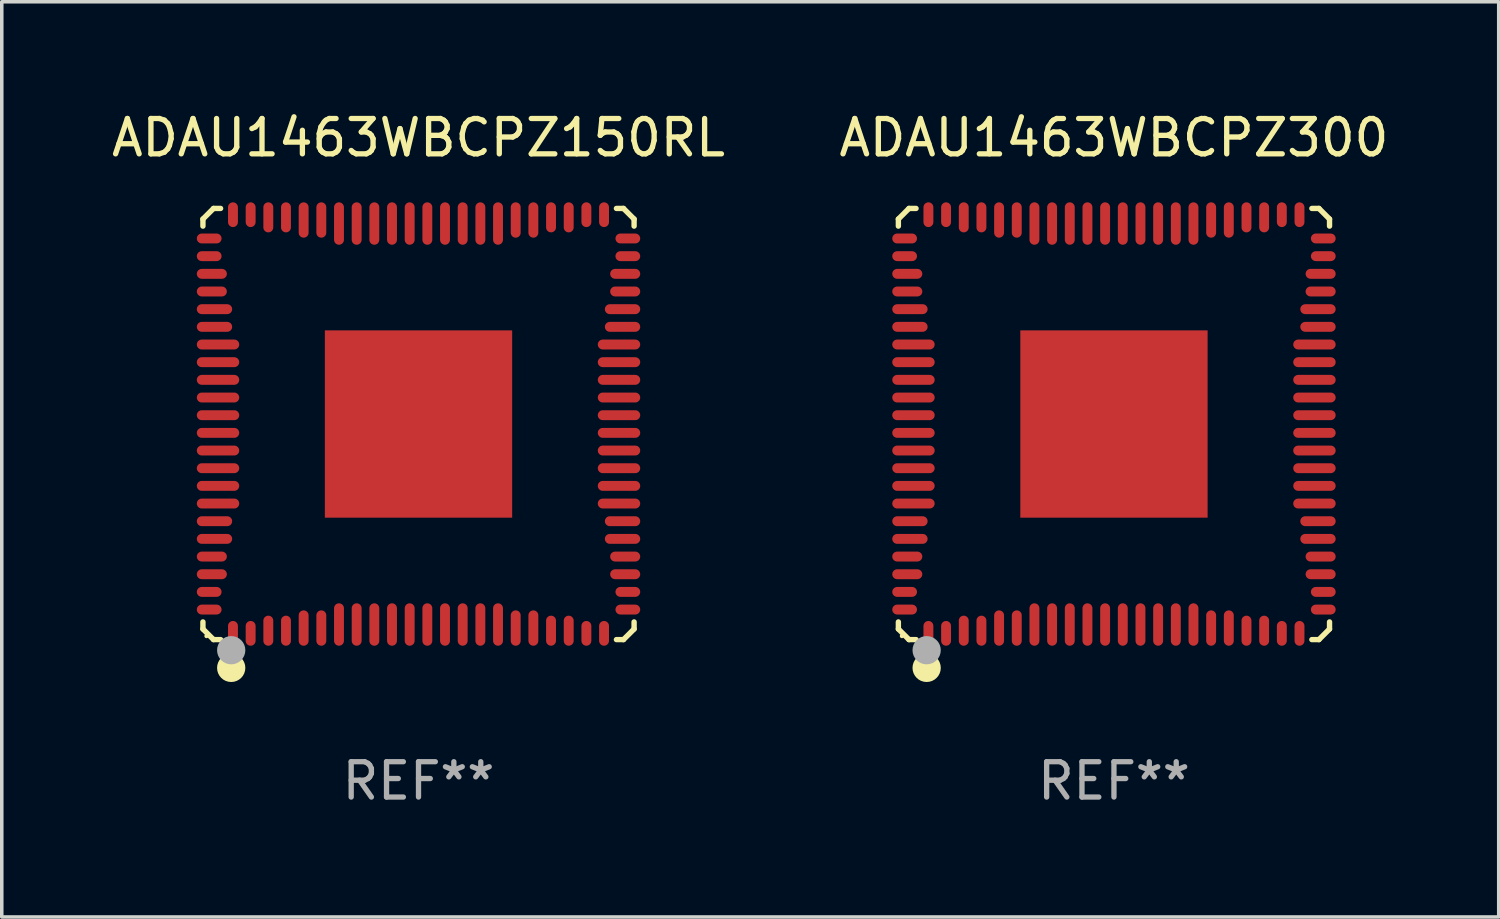
<source format=kicad_pcb>
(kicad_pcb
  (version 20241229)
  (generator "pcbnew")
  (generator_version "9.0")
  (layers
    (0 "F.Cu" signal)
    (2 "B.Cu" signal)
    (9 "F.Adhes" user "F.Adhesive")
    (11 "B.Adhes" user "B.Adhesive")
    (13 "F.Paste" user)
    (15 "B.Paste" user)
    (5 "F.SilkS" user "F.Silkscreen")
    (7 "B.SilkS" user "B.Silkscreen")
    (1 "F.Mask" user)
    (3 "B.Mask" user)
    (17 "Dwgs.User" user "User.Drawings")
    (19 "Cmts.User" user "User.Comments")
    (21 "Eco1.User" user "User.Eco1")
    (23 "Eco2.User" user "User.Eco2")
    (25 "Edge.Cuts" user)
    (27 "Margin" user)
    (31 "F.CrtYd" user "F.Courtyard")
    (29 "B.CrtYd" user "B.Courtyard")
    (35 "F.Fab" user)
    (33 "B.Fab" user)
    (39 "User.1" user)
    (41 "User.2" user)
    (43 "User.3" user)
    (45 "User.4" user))
  (footprint "ADAU1463WBCPZ150RL"
    (layer "F.Cu")
    (at 8.792 8.948)
    (property "Reference" "ADAU1463WBCPZ150RL" (at 0 -8.1 0) (layer "F.SilkS") (effects (font (size 1 1) (thickness 0.15))))
    (attr through_hole)
    (fp_line (start -6.1 -5.8) (end -6.1 -5.6) (stroke (width 0.152) (type solid)) (layer "F.SilkS"))
    (fp_line (start -6.1 5.6) (end -6.1 5.8) (stroke (width 0.152) (type solid)) (layer "F.SilkS"))
    (fp_line (start -6.1 5.8) (end -5.8 6.1) (stroke (width 0.152) (type solid)) (layer "F.SilkS"))
    (fp_line (start -5.8 -6.1) (end -6.1 -5.8) (stroke (width 0.152) (type solid)) (layer "F.SilkS"))
    (fp_line (start -5.8 6.1) (end -5.6 6.1) (stroke (width 0.152) (type solid)) (layer "F.SilkS"))
    (fp_line (start -5.6 -6.1) (end -5.8 -6.1) (stroke (width 0.152) (type solid)) (layer "F.SilkS"))
    (fp_line (start 5.6 6.1) (end 5.8 6.1) (stroke (width 0.152) (type solid)) (layer "F.SilkS"))
    (fp_line (start 5.8 -6.1) (end 5.6 -6.1) (stroke (width 0.152) (type solid)) (layer "F.SilkS"))
    (fp_line (start 5.8 6.1) (end 6.1 5.8) (stroke (width 0.152) (type solid)) (layer "F.SilkS"))
    (fp_line (start 6.1 -5.8) (end 5.8 -6.1) (stroke (width 0.152) (type solid)) (layer "F.SilkS"))
    (fp_line (start 6.1 -5.6) (end 6.1 -5.8) (stroke (width 0.152) (type solid)) (layer "F.SilkS"))
    (fp_line (start 6.1 5.8) (end 6.1 5.6) (stroke (width 0.152) (type solid)) (layer "F.SilkS"))
    (fp_circle (center -6 6) (end -5.97 6) (stroke (width 0.06) (type solid)) (fill no) (layer "F.SilkS"))
    (fp_circle (center -5.3 6.9) (end -5.1 6.9) (stroke (width 0.4) (type solid)) (fill no) (layer "F.SilkS"))
    (fp_circle (center -5.3 6.4) (end -5.1 6.4) (stroke (width 0.4) (type solid)) (fill no) (layer "F.Fab"))
    (fp_text user "REF**" (at 0 10.1 0) (layer "F.Fab") (effects (font (size 1 1) (thickness 0.15))))
    (pad "1" smd oval (at -5.25 5.923) (size 0.28 0.7) (layers "F.Cu" "F.Mask" "F.Paste"))
    (pad "2" smd oval (at -4.75 5.923) (size 0.28 0.7) (layers "F.Cu" "F.Mask" "F.Paste"))
    (pad "3" smd oval (at -4.25 5.848) (size 0.28 0.85) (layers "F.Cu" "F.Mask" "F.Paste"))
    (pad "4" smd oval (at -3.75 5.848) (size 0.28 0.85) (layers "F.Cu" "F.Mask" "F.Paste"))
    (pad "5" smd oval (at -3.25 5.773) (size 0.28 1) (layers "F.Cu" "F.Mask" "F.Paste"))
    (pad "6" smd oval (at -2.75 5.773) (size 0.28 1) (layers "F.Cu" "F.Mask" "F.Paste"))
    (pad "7" smd oval (at -2.25 5.673) (size 0.28 1.2) (layers "F.Cu" "F.Mask" "F.Paste"))
    (pad "8" smd oval (at -1.75 5.673) (size 0.28 1.2) (layers "F.Cu" "F.Mask" "F.Paste"))
    (pad "9" smd oval (at -1.25 5.673) (size 0.28 1.2) (layers "F.Cu" "F.Mask" "F.Paste"))
    (pad "10" smd oval (at -0.75 5.673) (size 0.28 1.2) (layers "F.Cu" "F.Mask" "F.Paste"))
    (pad "11" smd oval (at -0.25 5.673) (size 0.28 1.2) (layers "F.Cu" "F.Mask" "F.Paste"))
    (pad "12" smd oval (at 0.25 5.673) (size 0.28 1.2) (layers "F.Cu" "F.Mask" "F.Paste"))
    (pad "13" smd oval (at 0.75 5.673) (size 0.28 1.2) (layers "F.Cu" "F.Mask" "F.Paste"))
    (pad "14" smd oval (at 1.25 5.673) (size 0.28 1.2) (layers "F.Cu" "F.Mask" "F.Paste"))
    (pad "15" smd oval (at 1.75 5.673) (size 0.28 1.2) (layers "F.Cu" "F.Mask" "F.Paste"))
    (pad "16" smd oval (at 2.25 5.673) (size 0.28 1.2) (layers "F.Cu" "F.Mask" "F.Paste"))
    (pad "17" smd oval (at 2.75 5.773) (size 0.28 1) (layers "F.Cu" "F.Mask" "F.Paste"))
    (pad "18" smd oval (at 3.25 5.773) (size 0.28 1) (layers "F.Cu" "F.Mask" "F.Paste"))
    (pad "19" smd oval (at 3.75 5.848) (size 0.28 0.85) (layers "F.Cu" "F.Mask" "F.Paste"))
    (pad "20" smd oval (at 4.25 5.848) (size 0.28 0.85) (layers "F.Cu" "F.Mask" "F.Paste"))
    (pad "21" smd oval (at 4.75 5.923) (size 0.28 0.7) (layers "F.Cu" "F.Mask" "F.Paste"))
    (pad "22" smd oval (at 5.25 5.923) (size 0.28 0.7) (layers "F.Cu" "F.Mask" "F.Paste"))
    (pad "23" smd oval (at 5.923 5.25) (size 0.7 0.28) (layers "F.Cu" "F.Mask" "F.Paste"))
    (pad "24" smd oval (at 5.923 4.75) (size 0.7 0.28) (layers "F.Cu" "F.Mask" "F.Paste"))
    (pad "25" smd oval (at 5.848 4.25) (size 0.85 0.28) (layers "F.Cu" "F.Mask" "F.Paste"))
    (pad "26" smd oval (at 5.848 3.75) (size 0.85 0.28) (layers "F.Cu" "F.Mask" "F.Paste"))
    (pad "27" smd oval (at 5.773 3.25) (size 1 0.28) (layers "F.Cu" "F.Mask" "F.Paste"))
    (pad "28" smd oval (at 5.773 2.75) (size 1 0.28) (layers "F.Cu" "F.Mask" "F.Paste"))
    (pad "29" smd oval (at 5.673 2.25) (size 1.2 0.28) (layers "F.Cu" "F.Mask" "F.Paste"))
    (pad "30" smd oval (at 5.673 1.75) (size 1.2 0.28) (layers "F.Cu" "F.Mask" "F.Paste"))
    (pad "31" smd oval (at 5.673 1.25) (size 1.2 0.28) (layers "F.Cu" "F.Mask" "F.Paste"))
    (pad "32" smd oval (at 5.673 0.75) (size 1.2 0.28) (layers "F.Cu" "F.Mask" "F.Paste"))
    (pad "33" smd oval (at 5.673 0.25) (size 1.2 0.28) (layers "F.Cu" "F.Mask" "F.Paste"))
    (pad "34" smd oval (at 5.673 -0.25) (size 1.2 0.28) (layers "F.Cu" "F.Mask" "F.Paste"))
    (pad "35" smd oval (at 5.673 -0.75) (size 1.2 0.28) (layers "F.Cu" "F.Mask" "F.Paste"))
    (pad "36" smd oval (at 5.673 -1.25) (size 1.2 0.28) (layers "F.Cu" "F.Mask" "F.Paste"))
    (pad "37" smd oval (at 5.673 -1.75) (size 1.2 0.28) (layers "F.Cu" "F.Mask" "F.Paste"))
    (pad "38" smd oval (at 5.673 -2.25) (size 1.2 0.28) (layers "F.Cu" "F.Mask" "F.Paste"))
    (pad "39" smd oval (at 5.773 -2.75) (size 1 0.28) (layers "F.Cu" "F.Mask" "F.Paste"))
    (pad "40" smd oval (at 5.773 -3.25) (size 1 0.28) (layers "F.Cu" "F.Mask" "F.Paste"))
    (pad "41" smd oval (at 5.848 -3.75) (size 0.85 0.28) (layers "F.Cu" "F.Mask" "F.Paste"))
    (pad "42" smd oval (at 5.848 -4.25) (size 0.85 0.28) (layers "F.Cu" "F.Mask" "F.Paste"))
    (pad "43" smd oval (at 5.923 -4.75) (size 0.7 0.28) (layers "F.Cu" "F.Mask" "F.Paste"))
    (pad "44" smd oval (at 5.923 -5.25) (size 0.7 0.28) (layers "F.Cu" "F.Mask" "F.Paste"))
    (pad "45" smd oval (at 5.25 -5.923) (size 0.28 0.7) (layers "F.Cu" "F.Mask" "F.Paste"))
    (pad "46" smd oval (at 4.75 -5.923) (size 0.28 0.7) (layers "F.Cu" "F.Mask" "F.Paste"))
    (pad "47" smd oval (at 4.25 -5.848) (size 0.28 0.85) (layers "F.Cu" "F.Mask" "F.Paste"))
    (pad "48" smd oval (at 3.75 -5.848) (size 0.28 0.85) (layers "F.Cu" "F.Mask" "F.Paste"))
    (pad "49" smd oval (at 3.25 -5.773) (size 0.28 1) (layers "F.Cu" "F.Mask" "F.Paste"))
    (pad "50" smd oval (at 2.75 -5.773) (size 0.28 1) (layers "F.Cu" "F.Mask" "F.Paste"))
    (pad "51" smd oval (at 2.25 -5.673) (size 0.28 1.2) (layers "F.Cu" "F.Mask" "F.Paste"))
    (pad "52" smd oval (at 1.75 -5.673) (size 0.28 1.2) (layers "F.Cu" "F.Mask" "F.Paste"))
    (pad "53" smd oval (at 1.25 -5.673) (size 0.28 1.2) (layers "F.Cu" "F.Mask" "F.Paste"))
    (pad "54" smd oval (at 0.75 -5.673) (size 0.28 1.2) (layers "F.Cu" "F.Mask" "F.Paste"))
    (pad "55" smd oval (at 0.25 -5.673) (size 0.28 1.2) (layers "F.Cu" "F.Mask" "F.Paste"))
    (pad "56" smd oval (at -0.25 -5.673) (size 0.28 1.2) (layers "F.Cu" "F.Mask" "F.Paste"))
    (pad "57" smd oval (at -0.75 -5.673) (size 0.28 1.2) (layers "F.Cu" "F.Mask" "F.Paste"))
    (pad "58" smd oval (at -1.25 -5.673) (size 0.28 1.2) (layers "F.Cu" "F.Mask" "F.Paste"))
    (pad "59" smd oval (at -1.75 -5.673) (size 0.28 1.2) (layers "F.Cu" "F.Mask" "F.Paste"))
    (pad "60" smd oval (at -2.25 -5.673) (size 0.28 1.2) (layers "F.Cu" "F.Mask" "F.Paste"))
    (pad "61" smd oval (at -2.75 -5.773) (size 0.28 1) (layers "F.Cu" "F.Mask" "F.Paste"))
    (pad "62" smd oval (at -3.25 -5.773) (size 0.28 1) (layers "F.Cu" "F.Mask" "F.Paste"))
    (pad "63" smd oval (at -3.75 -5.848) (size 0.28 0.85) (layers "F.Cu" "F.Mask" "F.Paste"))
    (pad "64" smd oval (at -4.25 -5.848) (size 0.28 0.85) (layers "F.Cu" "F.Mask" "F.Paste"))
    (pad "65" smd oval (at -4.75 -5.923) (size 0.28 0.7) (layers "F.Cu" "F.Mask" "F.Paste"))
    (pad "66" smd oval (at -5.25 -5.923) (size 0.28 0.7) (layers "F.Cu" "F.Mask" "F.Paste"))
    (pad "67" smd oval (at -5.923 -5.25) (size 0.7 0.28) (layers "F.Cu" "F.Mask" "F.Paste"))
    (pad "68" smd oval (at -5.923 -4.75) (size 0.7 0.28) (layers "F.Cu" "F.Mask" "F.Paste"))
    (pad "69" smd oval (at -5.848 -4.25) (size 0.85 0.28) (layers "F.Cu" "F.Mask" "F.Paste"))
    (pad "70" smd oval (at -5.848 -3.75) (size 0.85 0.28) (layers "F.Cu" "F.Mask" "F.Paste"))
    (pad "71" smd oval (at -5.773 -3.25) (size 1 0.28) (layers "F.Cu" "F.Mask" "F.Paste"))
    (pad "72" smd oval (at -5.773 -2.75) (size 1 0.28) (layers "F.Cu" "F.Mask" "F.Paste"))
    (pad "73" smd oval (at -5.673 -2.25) (size 1.2 0.28) (layers "F.Cu" "F.Mask" "F.Paste"))
    (pad "74" smd oval (at -5.673 -1.75) (size 1.2 0.28) (layers "F.Cu" "F.Mask" "F.Paste"))
    (pad "75" smd oval (at -5.673 -1.25) (size 1.2 0.28) (layers "F.Cu" "F.Mask" "F.Paste"))
    (pad "76" smd oval (at -5.673 -0.75) (size 1.2 0.28) (layers "F.Cu" "F.Mask" "F.Paste"))
    (pad "77" smd oval (at -5.673 -0.25) (size 1.2 0.28) (layers "F.Cu" "F.Mask" "F.Paste"))
    (pad "78" smd oval (at -5.673 0.25) (size 1.2 0.28) (layers "F.Cu" "F.Mask" "F.Paste"))
    (pad "79" smd oval (at -5.673 0.75) (size 1.2 0.28) (layers "F.Cu" "F.Mask" "F.Paste"))
    (pad "80" smd oval (at -5.673 1.25) (size 1.2 0.28) (layers "F.Cu" "F.Mask" "F.Paste"))
    (pad "81" smd oval (at -5.673 1.75) (size 1.2 0.28) (layers "F.Cu" "F.Mask" "F.Paste"))
    (pad "82" smd oval (at -5.673 2.25) (size 1.2 0.28) (layers "F.Cu" "F.Mask" "F.Paste"))
    (pad "83" smd oval (at -5.773 2.75) (size 1 0.28) (layers "F.Cu" "F.Mask" "F.Paste"))
    (pad "84" smd oval (at -5.773 3.25) (size 1 0.28) (layers "F.Cu" "F.Mask" "F.Paste"))
    (pad "85" smd oval (at -5.848 3.75) (size 0.85 0.28) (layers "F.Cu" "F.Mask" "F.Paste"))
    (pad "86" smd oval (at -5.848 4.25) (size 0.85 0.28) (layers "F.Cu" "F.Mask" "F.Paste"))
    (pad "87" smd oval (at -5.923 4.75) (size 0.7 0.28) (layers "F.Cu" "F.Mask" "F.Paste"))
    (pad "88" smd oval (at -5.923 5.25) (size 0.7 0.28) (layers "F.Cu" "F.Mask" "F.Paste"))
    (pad "89" smd rect (at 0 0.000013) (size 5.3 5.3) (layers "F.Cu" "F.Mask" "F.Paste")))
  (footprint "ADAU1463WBCPZ300"
    (layer "F.Cu")
    (at 28.47 8.948)
    (property "Reference" "ADAU1463WBCPZ300" (at 0 -8.1 0) (layer "F.SilkS") (effects (font (size 1 1) (thickness 0.15))))
    (attr through_hole)
    (fp_line (start -6.1 -5.8) (end -6.1 -5.6) (stroke (width 0.152) (type solid)) (layer "F.SilkS"))
    (fp_line (start -6.1 5.6) (end -6.1 5.8) (stroke (width 0.152) (type solid)) (layer "F.SilkS"))
    (fp_line (start -6.1 5.8) (end -5.8 6.1) (stroke (width 0.152) (type solid)) (layer "F.SilkS"))
    (fp_line (start -5.8 -6.1) (end -6.1 -5.8) (stroke (width 0.152) (type solid)) (layer "F.SilkS"))
    (fp_line (start -5.8 6.1) (end -5.6 6.1) (stroke (width 0.152) (type solid)) (layer "F.SilkS"))
    (fp_line (start -5.6 -6.1) (end -5.8 -6.1) (stroke (width 0.152) (type solid)) (layer "F.SilkS"))
    (fp_line (start 5.6 6.1) (end 5.8 6.1) (stroke (width 0.152) (type solid)) (layer "F.SilkS"))
    (fp_line (start 5.8 -6.1) (end 5.6 -6.1) (stroke (width 0.152) (type solid)) (layer "F.SilkS"))
    (fp_line (start 5.8 6.1) (end 6.1 5.8) (stroke (width 0.152) (type solid)) (layer "F.SilkS"))
    (fp_line (start 6.1 -5.8) (end 5.8 -6.1) (stroke (width 0.152) (type solid)) (layer "F.SilkS"))
    (fp_line (start 6.1 -5.6) (end 6.1 -5.8) (stroke (width 0.152) (type solid)) (layer "F.SilkS"))
    (fp_line (start 6.1 5.8) (end 6.1 5.6) (stroke (width 0.152) (type solid)) (layer "F.SilkS"))
    (fp_circle (center -6 6) (end -5.97 6) (stroke (width 0.06) (type solid)) (fill no) (layer "F.SilkS"))
    (fp_circle (center -5.3 6.9) (end -5.1 6.9) (stroke (width 0.4) (type solid)) (fill no) (layer "F.SilkS"))
    (fp_circle (center -5.3 6.4) (end -5.1 6.4) (stroke (width 0.4) (type solid)) (fill no) (layer "F.Fab"))
    (fp_text user "REF**" (at 0 10.1 0) (layer "F.Fab") (effects (font (size 1 1) (thickness 0.15))))
    (pad "1" smd oval (at -5.25 5.923) (size 0.28 0.7) (layers "F.Cu" "F.Mask" "F.Paste"))
    (pad "2" smd oval (at -4.75 5.923) (size 0.28 0.7) (layers "F.Cu" "F.Mask" "F.Paste"))
    (pad "3" smd oval (at -4.25 5.848) (size 0.28 0.85) (layers "F.Cu" "F.Mask" "F.Paste"))
    (pad "4" smd oval (at -3.75 5.848) (size 0.28 0.85) (layers "F.Cu" "F.Mask" "F.Paste"))
    (pad "5" smd oval (at -3.25 5.773) (size 0.28 1) (layers "F.Cu" "F.Mask" "F.Paste"))
    (pad "6" smd oval (at -2.75 5.773) (size 0.28 1) (layers "F.Cu" "F.Mask" "F.Paste"))
    (pad "7" smd oval (at -2.25 5.673) (size 0.28 1.2) (layers "F.Cu" "F.Mask" "F.Paste"))
    (pad "8" smd oval (at -1.75 5.673) (size 0.28 1.2) (layers "F.Cu" "F.Mask" "F.Paste"))
    (pad "9" smd oval (at -1.25 5.673) (size 0.28 1.2) (layers "F.Cu" "F.Mask" "F.Paste"))
    (pad "10" smd oval (at -0.75 5.673) (size 0.28 1.2) (layers "F.Cu" "F.Mask" "F.Paste"))
    (pad "11" smd oval (at -0.25 5.673) (size 0.28 1.2) (layers "F.Cu" "F.Mask" "F.Paste"))
    (pad "12" smd oval (at 0.25 5.673) (size 0.28 1.2) (layers "F.Cu" "F.Mask" "F.Paste"))
    (pad "13" smd oval (at 0.75 5.673) (size 0.28 1.2) (layers "F.Cu" "F.Mask" "F.Paste"))
    (pad "14" smd oval (at 1.25 5.673) (size 0.28 1.2) (layers "F.Cu" "F.Mask" "F.Paste"))
    (pad "15" smd oval (at 1.75 5.673) (size 0.28 1.2) (layers "F.Cu" "F.Mask" "F.Paste"))
    (pad "16" smd oval (at 2.25 5.673) (size 0.28 1.2) (layers "F.Cu" "F.Mask" "F.Paste"))
    (pad "17" smd oval (at 2.75 5.773) (size 0.28 1) (layers "F.Cu" "F.Mask" "F.Paste"))
    (pad "18" smd oval (at 3.25 5.773) (size 0.28 1) (layers "F.Cu" "F.Mask" "F.Paste"))
    (pad "19" smd oval (at 3.75 5.848) (size 0.28 0.85) (layers "F.Cu" "F.Mask" "F.Paste"))
    (pad "20" smd oval (at 4.25 5.848) (size 0.28 0.85) (layers "F.Cu" "F.Mask" "F.Paste"))
    (pad "21" smd oval (at 4.75 5.923) (size 0.28 0.7) (layers "F.Cu" "F.Mask" "F.Paste"))
    (pad "22" smd oval (at 5.25 5.923) (size 0.28 0.7) (layers "F.Cu" "F.Mask" "F.Paste"))
    (pad "23" smd oval (at 5.923 5.25) (size 0.7 0.28) (layers "F.Cu" "F.Mask" "F.Paste"))
    (pad "24" smd oval (at 5.923 4.75) (size 0.7 0.28) (layers "F.Cu" "F.Mask" "F.Paste"))
    (pad "25" smd oval (at 5.848 4.25) (size 0.85 0.28) (layers "F.Cu" "F.Mask" "F.Paste"))
    (pad "26" smd oval (at 5.848 3.75) (size 0.85 0.28) (layers "F.Cu" "F.Mask" "F.Paste"))
    (pad "27" smd oval (at 5.773 3.25) (size 1 0.28) (layers "F.Cu" "F.Mask" "F.Paste"))
    (pad "28" smd oval (at 5.773 2.75) (size 1 0.28) (layers "F.Cu" "F.Mask" "F.Paste"))
    (pad "29" smd oval (at 5.673 2.25) (size 1.2 0.28) (layers "F.Cu" "F.Mask" "F.Paste"))
    (pad "30" smd oval (at 5.673 1.75) (size 1.2 0.28) (layers "F.Cu" "F.Mask" "F.Paste"))
    (pad "31" smd oval (at 5.673 1.25) (size 1.2 0.28) (layers "F.Cu" "F.Mask" "F.Paste"))
    (pad "32" smd oval (at 5.673 0.75) (size 1.2 0.28) (layers "F.Cu" "F.Mask" "F.Paste"))
    (pad "33" smd oval (at 5.673 0.25) (size 1.2 0.28) (layers "F.Cu" "F.Mask" "F.Paste"))
    (pad "34" smd oval (at 5.673 -0.25) (size 1.2 0.28) (layers "F.Cu" "F.Mask" "F.Paste"))
    (pad "35" smd oval (at 5.673 -0.75) (size 1.2 0.28) (layers "F.Cu" "F.Mask" "F.Paste"))
    (pad "36" smd oval (at 5.673 -1.25) (size 1.2 0.28) (layers "F.Cu" "F.Mask" "F.Paste"))
    (pad "37" smd oval (at 5.673 -1.75) (size 1.2 0.28) (layers "F.Cu" "F.Mask" "F.Paste"))
    (pad "38" smd oval (at 5.673 -2.25) (size 1.2 0.28) (layers "F.Cu" "F.Mask" "F.Paste"))
    (pad "39" smd oval (at 5.773 -2.75) (size 1 0.28) (layers "F.Cu" "F.Mask" "F.Paste"))
    (pad "40" smd oval (at 5.773 -3.25) (size 1 0.28) (layers "F.Cu" "F.Mask" "F.Paste"))
    (pad "41" smd oval (at 5.848 -3.75) (size 0.85 0.28) (layers "F.Cu" "F.Mask" "F.Paste"))
    (pad "42" smd oval (at 5.848 -4.25) (size 0.85 0.28) (layers "F.Cu" "F.Mask" "F.Paste"))
    (pad "43" smd oval (at 5.923 -4.75) (size 0.7 0.28) (layers "F.Cu" "F.Mask" "F.Paste"))
    (pad "44" smd oval (at 5.923 -5.25) (size 0.7 0.28) (layers "F.Cu" "F.Mask" "F.Paste"))
    (pad "45" smd oval (at 5.25 -5.923) (size 0.28 0.7) (layers "F.Cu" "F.Mask" "F.Paste"))
    (pad "46" smd oval (at 4.75 -5.923) (size 0.28 0.7) (layers "F.Cu" "F.Mask" "F.Paste"))
    (pad "47" smd oval (at 4.25 -5.848) (size 0.28 0.85) (layers "F.Cu" "F.Mask" "F.Paste"))
    (pad "48" smd oval (at 3.75 -5.848) (size 0.28 0.85) (layers "F.Cu" "F.Mask" "F.Paste"))
    (pad "49" smd oval (at 3.25 -5.773) (size 0.28 1) (layers "F.Cu" "F.Mask" "F.Paste"))
    (pad "50" smd oval (at 2.75 -5.773) (size 0.28 1) (layers "F.Cu" "F.Mask" "F.Paste"))
    (pad "51" smd oval (at 2.25 -5.673) (size 0.28 1.2) (layers "F.Cu" "F.Mask" "F.Paste"))
    (pad "52" smd oval (at 1.75 -5.673) (size 0.28 1.2) (layers "F.Cu" "F.Mask" "F.Paste"))
    (pad "53" smd oval (at 1.25 -5.673) (size 0.28 1.2) (layers "F.Cu" "F.Mask" "F.Paste"))
    (pad "54" smd oval (at 0.75 -5.673) (size 0.28 1.2) (layers "F.Cu" "F.Mask" "F.Paste"))
    (pad "55" smd oval (at 0.25 -5.673) (size 0.28 1.2) (layers "F.Cu" "F.Mask" "F.Paste"))
    (pad "56" smd oval (at -0.25 -5.673) (size 0.28 1.2) (layers "F.Cu" "F.Mask" "F.Paste"))
    (pad "57" smd oval (at -0.75 -5.673) (size 0.28 1.2) (layers "F.Cu" "F.Mask" "F.Paste"))
    (pad "58" smd oval (at -1.25 -5.673) (size 0.28 1.2) (layers "F.Cu" "F.Mask" "F.Paste"))
    (pad "59" smd oval (at -1.75 -5.673) (size 0.28 1.2) (layers "F.Cu" "F.Mask" "F.Paste"))
    (pad "60" smd oval (at -2.25 -5.673) (size 0.28 1.2) (layers "F.Cu" "F.Mask" "F.Paste"))
    (pad "61" smd oval (at -2.75 -5.773) (size 0.28 1) (layers "F.Cu" "F.Mask" "F.Paste"))
    (pad "62" smd oval (at -3.25 -5.773) (size 0.28 1) (layers "F.Cu" "F.Mask" "F.Paste"))
    (pad "63" smd oval (at -3.75 -5.848) (size 0.28 0.85) (layers "F.Cu" "F.Mask" "F.Paste"))
    (pad "64" smd oval (at -4.25 -5.848) (size 0.28 0.85) (layers "F.Cu" "F.Mask" "F.Paste"))
    (pad "65" smd oval (at -4.75 -5.923) (size 0.28 0.7) (layers "F.Cu" "F.Mask" "F.Paste"))
    (pad "66" smd oval (at -5.25 -5.923) (size 0.28 0.7) (layers "F.Cu" "F.Mask" "F.Paste"))
    (pad "67" smd oval (at -5.923 -5.25) (size 0.7 0.28) (layers "F.Cu" "F.Mask" "F.Paste"))
    (pad "68" smd oval (at -5.923 -4.75) (size 0.7 0.28) (layers "F.Cu" "F.Mask" "F.Paste"))
    (pad "69" smd oval (at -5.848 -4.25) (size 0.85 0.28) (layers "F.Cu" "F.Mask" "F.Paste"))
    (pad "70" smd oval (at -5.848 -3.75) (size 0.85 0.28) (layers "F.Cu" "F.Mask" "F.Paste"))
    (pad "71" smd oval (at -5.773 -3.25) (size 1 0.28) (layers "F.Cu" "F.Mask" "F.Paste"))
    (pad "72" smd oval (at -5.773 -2.75) (size 1 0.28) (layers "F.Cu" "F.Mask" "F.Paste"))
    (pad "73" smd oval (at -5.673 -2.25) (size 1.2 0.28) (layers "F.Cu" "F.Mask" "F.Paste"))
    (pad "74" smd oval (at -5.673 -1.75) (size 1.2 0.28) (layers "F.Cu" "F.Mask" "F.Paste"))
    (pad "75" smd oval (at -5.673 -1.25) (size 1.2 0.28) (layers "F.Cu" "F.Mask" "F.Paste"))
    (pad "76" smd oval (at -5.673 -0.75) (size 1.2 0.28) (layers "F.Cu" "F.Mask" "F.Paste"))
    (pad "77" smd oval (at -5.673 -0.25) (size 1.2 0.28) (layers "F.Cu" "F.Mask" "F.Paste"))
    (pad "78" smd oval (at -5.673 0.25) (size 1.2 0.28) (layers "F.Cu" "F.Mask" "F.Paste"))
    (pad "79" smd oval (at -5.673 0.75) (size 1.2 0.28) (layers "F.Cu" "F.Mask" "F.Paste"))
    (pad "80" smd oval (at -5.673 1.25) (size 1.2 0.28) (layers "F.Cu" "F.Mask" "F.Paste"))
    (pad "81" smd oval (at -5.673 1.75) (size 1.2 0.28) (layers "F.Cu" "F.Mask" "F.Paste"))
    (pad "82" smd oval (at -5.673 2.25) (size 1.2 0.28) (layers "F.Cu" "F.Mask" "F.Paste"))
    (pad "83" smd oval (at -5.773 2.75) (size 1 0.28) (layers "F.Cu" "F.Mask" "F.Paste"))
    (pad "84" smd oval (at -5.773 3.25) (size 1 0.28) (layers "F.Cu" "F.Mask" "F.Paste"))
    (pad "85" smd oval (at -5.848 3.75) (size 0.85 0.28) (layers "F.Cu" "F.Mask" "F.Paste"))
    (pad "86" smd oval (at -5.848 4.25) (size 0.85 0.28) (layers "F.Cu" "F.Mask" "F.Paste"))
    (pad "87" smd oval (at -5.923 4.75) (size 0.7 0.28) (layers "F.Cu" "F.Mask" "F.Paste"))
    (pad "88" smd oval (at -5.923 5.25) (size 0.7 0.28) (layers "F.Cu" "F.Mask" "F.Paste"))
    (pad "89" smd rect (at 0 0.000013) (size 5.3 5.3) (layers "F.Cu" "F.Mask" "F.Paste")))
  (gr_rect
    (start -3 -3)
    (end 39.357 22.897)
    (stroke (width 0.1) (type default))
    (fill no)
    (layer "Edge.Cuts")))
</source>
